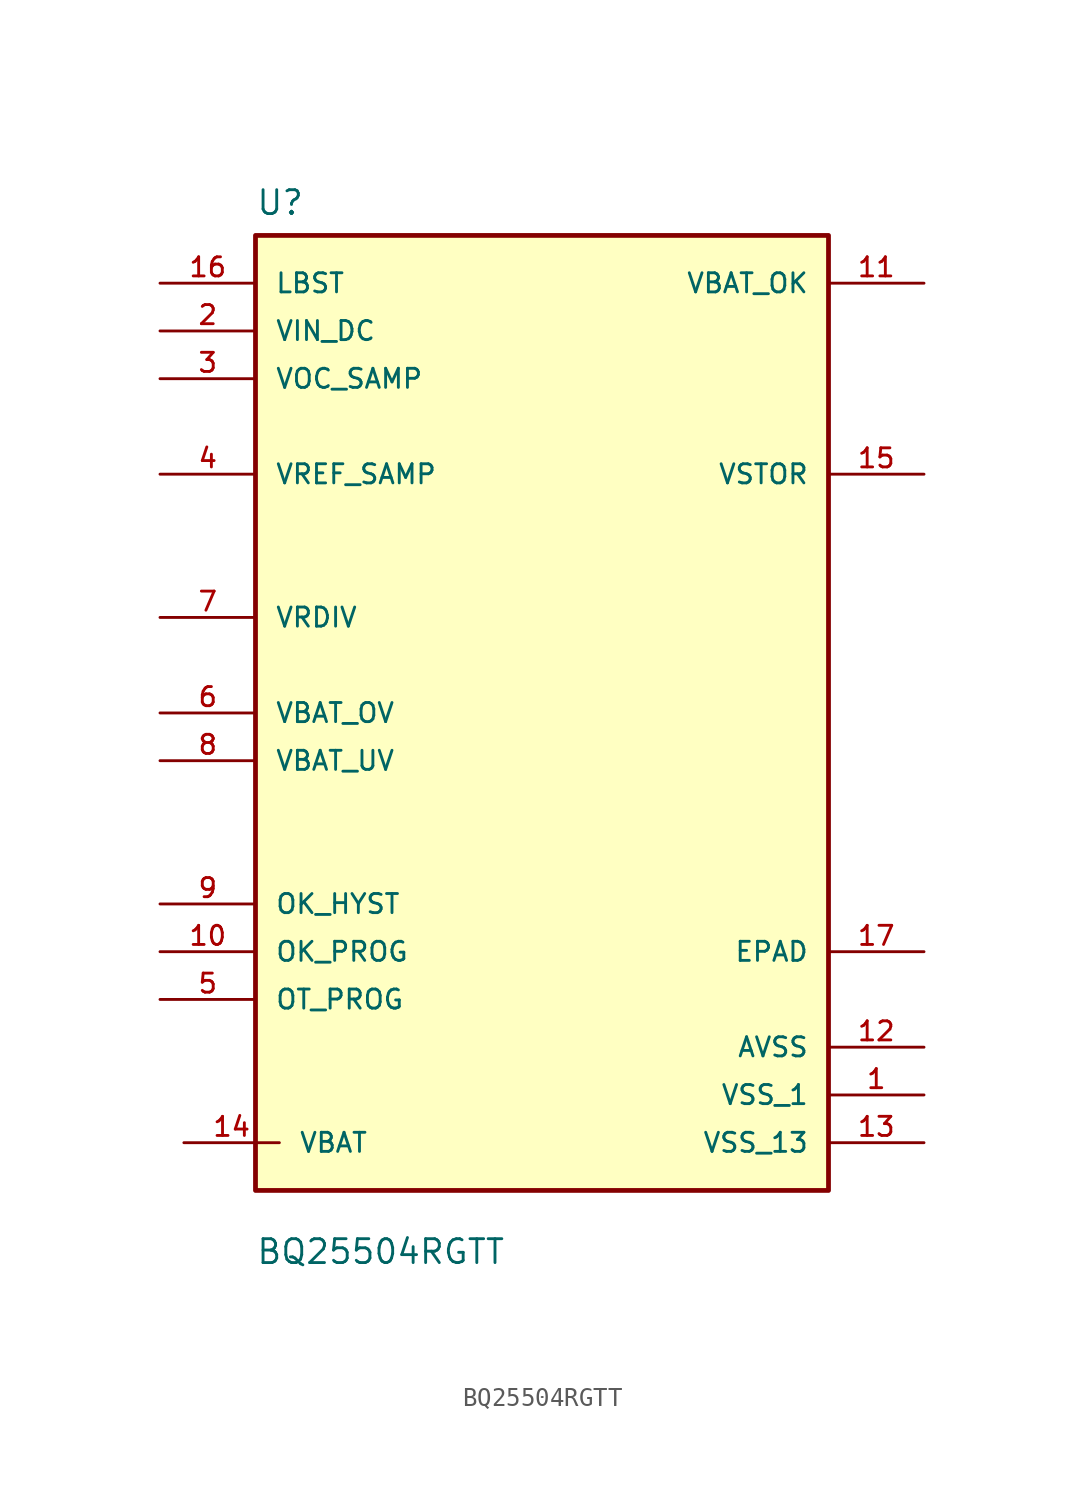
<source format=kicad_sym>
(kicad_symbol_lib
  (version 20241209)
  (generator "kicad_symbol_editor")
  (generator_version "9.0")
  (symbol "BQ25504RGTT"
    (pin_names
      (offset 1.016))
    (property "Reference" "U"
      (at -15.24 26.4 0)
      (effects (font (size 1.27 1.27)) (justify left bottom)))
    (property "Value" "BQ25504RGTT"
      (at -15.24 -29.4 0)
      (effects (font (size 1.27 1.27)) (justify left bottom)))
    (symbol "BQ25504RGTT_0_0"
      (rectangle (start -15.24 -25.4) (end 15.24 25.4) (stroke (width 0.254) (type default)) (fill (type background)))
      (pin input line (at -20.32 22.86 0) (length 5.08) (name "LBST" (effects (font (size 1.016 1.016)))) (number "16" (effects (font (size 1.016 1.016)))))
      (pin input line (at -20.32 20.32 0) (length 5.08) (name "VIN_DC" (effects (font (size 1.016 1.016)))) (number "2" (effects (font (size 1.016 1.016)))))
      (pin input line (at -20.32 17.78 0) (length 5.08) (name "VOC_SAMP" (effects (font (size 1.016 1.016)))) (number "3" (effects (font (size 1.016 1.016)))))
      (pin input line (at -20.32 12.7 0) (length 5.08) (name "VREF_SAMP" (effects (font (size 1.016 1.016)))) (number "4" (effects (font (size 1.016 1.016)))))
      (pin output line (at -20.32 5.08 0) (length 5.08) (name "VRDIV" (effects (font (size 1.016 1.016)))) (number "7" (effects (font (size 1.016 1.016)))))
      (pin input line (at -20.32 0 0) (length 5.08) (name "VBAT_OV" (effects (font (size 1.016 1.016)))) (number "6" (effects (font (size 1.016 1.016)))))
      (pin input line (at -20.32 -2.54 0) (length 5.08) (name "VBAT_UV" (effects (font (size 1.016 1.016)))) (number "8" (effects (font (size 1.016 1.016)))))
      (pin input line (at -20.32 -10.16 0) (length 5.08) (name "OK_HYST" (effects (font (size 1.016 1.016)))) (number "9" (effects (font (size 1.016 1.016)))))
      (pin input line (at -20.32 -12.7 0) (length 5.08) (name "OK_PROG" (effects (font (size 1.016 1.016)))) (number "10" (effects (font (size 1.016 1.016)))))
      (pin input line (at -20.32 -15.24 0) (length 5.08) (name "OT_PROG" (effects (font (size 1.016 1.016)))) (number "5" (effects (font (size 1.016 1.016)))))
      (pin bidirectional line (at -19.05 -22.86 0) (length 5.08) (name "VBAT" (effects (font (size 1.016 1.016)))) (number "14" (effects (font (size 1.016 1.016)))))
      (pin output line (at 20.32 22.86 180) (length 5.08) (name "VBAT_OK" (effects (font (size 1.016 1.016)))) (number "11" (effects (font (size 1.016 1.016)))))
      (pin output line (at 20.32 12.7 180) (length 5.08) (name "VSTOR" (effects (font (size 1.016 1.016)))) (number "15" (effects (font (size 1.016 1.016)))))
      (pin power_in line (at 20.32 -12.7 180) (length 5.08) (name "EPAD" (effects (font (size 1.016 1.016)))) (number "17" (effects (font (size 1.016 1.016)))))
      (pin power_in line (at 20.32 -17.78 180) (length 5.08) (name "AVSS" (effects (font (size 1.016 1.016)))) (number "12" (effects (font (size 1.016 1.016)))))
      (pin power_in line (at 20.32 -20.32 180) (length 5.08) (name "VSS_1" (effects (font (size 1.016 1.016)))) (number "1" (effects (font (size 1.016 1.016)))))
      (pin power_in line (at 20.32 -22.86 180) (length 5.08) (name "VSS_13" (effects (font (size 1.016 1.016)))) (number "13" (effects (font (size 1.016 1.016))))))))
</source>
